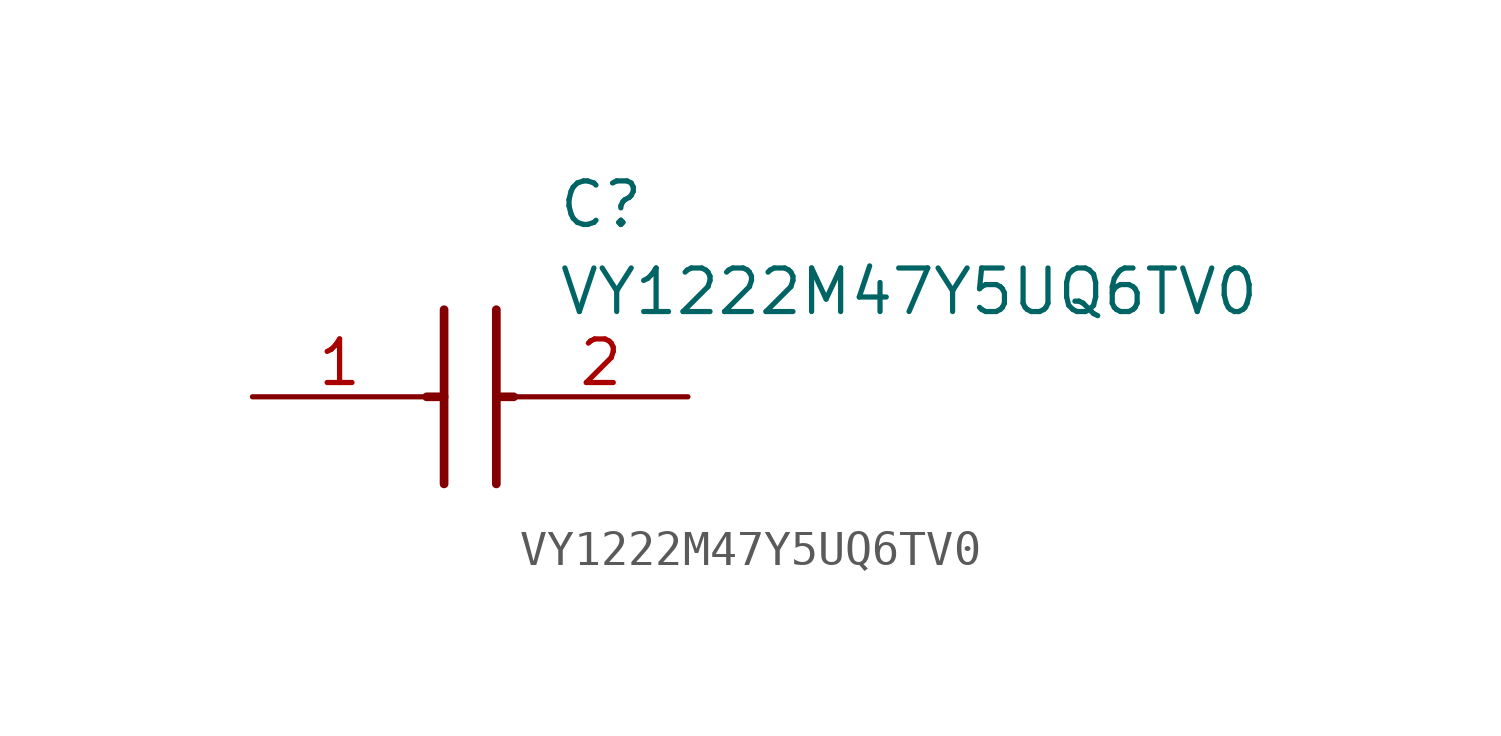
<source format=kicad_sym>
(kicad_symbol_lib
  (version 20211014)
  (generator SamacSys_ECAD_Model)
  (symbol "VY1222M47Y5UQ6TV0"
    (pin_names hide)
    (property "Reference" "C"
      (at 8.89 6.35 0)
      (effects (font (size 1.27 1.27)) (justify left top)))
    (property "Value" "VY1222M47Y5UQ6TV0"
      (at 8.89 3.81 0)
      (effects (font (size 1.27 1.27)) (justify left top)))
    (polyline
      (pts (xy 5.588 2.54) (xy 5.588 -2.54))
      (stroke (width 0.254) (type default))
      (fill (type none)))
    (polyline
      (pts (xy 7.112 2.54) (xy 7.112 -2.54))
      (stroke (width 0.254) (type default))
      (fill (type none)))
    (polyline
      (pts (xy 5.08 0) (xy 5.588 0))
      (stroke (width 0.254) (type default))
      (fill (type none)))
    (polyline
      (pts (xy 7.112 0) (xy 7.62 0))
      (stroke (width 0.254) (type default))
      (fill (type none)))
    (pin passive line
      (at 0 0 0)
      (length 5.08)
      (name "1" (effects (font (size 1.27 1.27))))
      (number "1" (effects (font (size 1.27 1.27)))))
    (pin passive line
      (at 12.7 0 180)
      (length 5.08)
      (name "2" (effects (font (size 1.27 1.27))))
      (number "2" (effects (font (size 1.27 1.27)))))))
</source>
